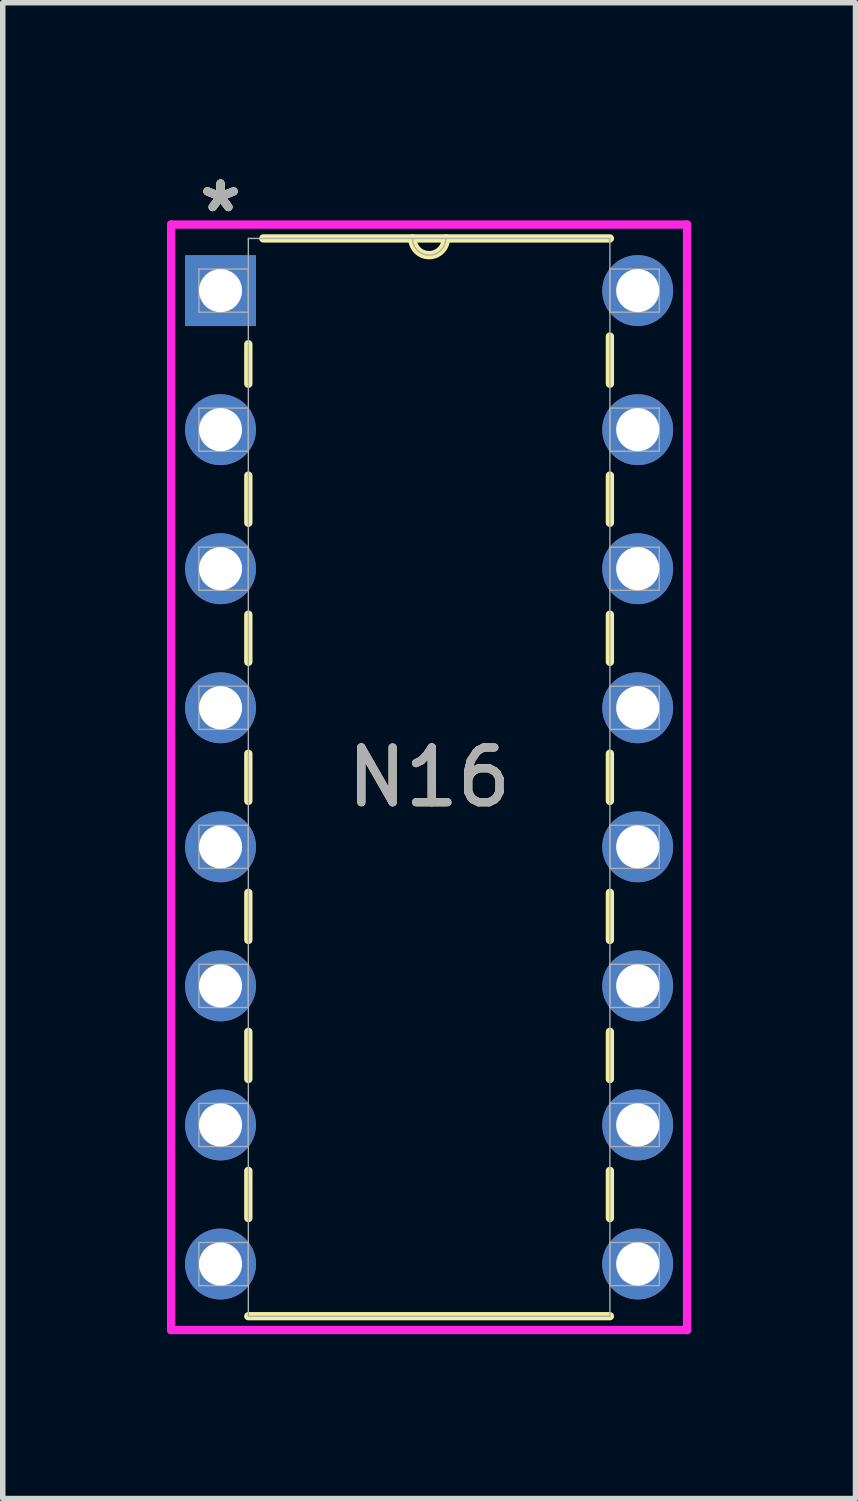
<source format=kicad_pcb>
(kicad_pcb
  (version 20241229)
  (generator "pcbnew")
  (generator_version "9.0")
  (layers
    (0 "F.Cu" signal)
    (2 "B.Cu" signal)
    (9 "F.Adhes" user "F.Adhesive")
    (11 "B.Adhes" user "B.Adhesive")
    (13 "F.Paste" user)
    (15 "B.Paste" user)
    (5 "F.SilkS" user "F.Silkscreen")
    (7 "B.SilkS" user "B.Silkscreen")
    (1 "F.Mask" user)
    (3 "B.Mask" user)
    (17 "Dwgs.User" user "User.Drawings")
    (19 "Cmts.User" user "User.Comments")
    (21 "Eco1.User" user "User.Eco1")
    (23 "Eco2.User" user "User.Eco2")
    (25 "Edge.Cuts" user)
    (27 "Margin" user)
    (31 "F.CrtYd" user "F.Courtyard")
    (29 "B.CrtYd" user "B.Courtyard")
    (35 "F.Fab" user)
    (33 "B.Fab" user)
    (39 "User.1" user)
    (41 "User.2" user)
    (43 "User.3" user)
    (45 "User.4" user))
  (footprint "N16"
    (layer "F.Cu")
    (at 8.598 20.038)
    (property "Reference" "N16" (at -3.81 -8.89 0) (unlocked yes) (layer "F.SilkS") (effects (font (size 1 1) (thickness 0.15))))
    (attr through_hole)
    (fp_line (start -7.112 -16.8) (end -7.112 -16.079) (stroke (width 0.152) (type solid)) (layer "F.SilkS"))
    (fp_line (start -7.112 -14.401) (end -7.112 -13.539) (stroke (width 0.152) (type solid)) (layer "F.SilkS"))
    (fp_line (start -7.112 -11.861) (end -7.112 -10.999) (stroke (width 0.152) (type solid)) (layer "F.SilkS"))
    (fp_line (start -7.112 -9.321) (end -7.112 -8.459) (stroke (width 0.152) (type solid)) (layer "F.SilkS"))
    (fp_line (start -7.112 -6.781) (end -7.112 -5.919) (stroke (width 0.152) (type solid)) (layer "F.SilkS"))
    (fp_line (start -7.112 -4.241) (end -7.112 -3.379) (stroke (width 0.152) (type solid)) (layer "F.SilkS"))
    (fp_line (start -7.112 -1.701) (end -7.112 -0.839) (stroke (width 0.152) (type solid)) (layer "F.SilkS"))
    (fp_line (start -7.112 0.953) (end -0.508 0.953) (stroke (width 0.152) (type solid)) (layer "F.SilkS"))
    (fp_line (start -0.508 -18.733) (end -6.839 -18.733) (stroke (width 0.152) (type solid)) (layer "F.SilkS"))
    (fp_line (start -0.508 -16.079) (end -0.508 -16.941) (stroke (width 0.152) (type solid)) (layer "F.SilkS"))
    (fp_line (start -0.508 -13.539) (end -0.508 -14.401) (stroke (width 0.152) (type solid)) (layer "F.SilkS"))
    (fp_line (start -0.508 -10.999) (end -0.508 -11.861) (stroke (width 0.152) (type solid)) (layer "F.SilkS"))
    (fp_line (start -0.508 -8.459) (end -0.508 -9.321) (stroke (width 0.152) (type solid)) (layer "F.SilkS"))
    (fp_line (start -0.508 -5.919) (end -0.508 -6.781) (stroke (width 0.152) (type solid)) (layer "F.SilkS"))
    (fp_line (start -0.508 -3.379) (end -0.508 -4.241) (stroke (width 0.152) (type solid)) (layer "F.SilkS"))
    (fp_line (start -0.508 -0.839) (end -0.508 -1.701) (stroke (width 0.152) (type solid)) (layer "F.SilkS"))
    (fp_arc (start -3.5052 -18.7325) (mid -3.81 -18.4277) (end -4.1148 -18.7325) (stroke (width 0.1524) (type solid)) (layer "F.SilkS"))
    (fp_line (start -8.522 -18.986) (end -8.522 1.206) (stroke (width 0.152) (type solid)) (layer "F.CrtYd"))
    (fp_line (start -8.522 1.206) (end 0.902 1.206) (stroke (width 0.152) (type solid)) (layer "F.CrtYd"))
    (fp_line (start 0.902 -18.986) (end -8.522 -18.986) (stroke (width 0.152) (type solid)) (layer "F.CrtYd"))
    (fp_line (start 0.902 1.206) (end 0.902 -18.986) (stroke (width 0.152) (type solid)) (layer "F.CrtYd"))
    (fp_line (start -8.014 -18.174) (end -8.014 -17.386) (stroke (width 0.025) (type solid)) (layer "F.Fab"))
    (fp_line (start -8.014 -17.386) (end -7.112 -17.386) (stroke (width 0.025) (type solid)) (layer "F.Fab"))
    (fp_line (start -8.014 -15.634) (end -8.014 -14.846) (stroke (width 0.025) (type solid)) (layer "F.Fab"))
    (fp_line (start -8.014 -14.846) (end -7.112 -14.846) (stroke (width 0.025) (type solid)) (layer "F.Fab"))
    (fp_line (start -8.014 -13.094) (end -8.014 -12.306) (stroke (width 0.025) (type solid)) (layer "F.Fab"))
    (fp_line (start -8.014 -12.306) (end -7.112 -12.306) (stroke (width 0.025) (type solid)) (layer "F.Fab"))
    (fp_line (start -8.014 -10.554) (end -8.014 -9.766) (stroke (width 0.025) (type solid)) (layer "F.Fab"))
    (fp_line (start -8.014 -9.766) (end -7.112 -9.766) (stroke (width 0.025) (type solid)) (layer "F.Fab"))
    (fp_line (start -8.014 -8.014) (end -8.014 -7.226) (stroke (width 0.025) (type solid)) (layer "F.Fab"))
    (fp_line (start -8.014 -7.226) (end -7.112 -7.226) (stroke (width 0.025) (type solid)) (layer "F.Fab"))
    (fp_line (start -8.014 -5.474) (end -8.014 -4.686) (stroke (width 0.025) (type solid)) (layer "F.Fab"))
    (fp_line (start -8.014 -4.686) (end -7.112 -4.686) (stroke (width 0.025) (type solid)) (layer "F.Fab"))
    (fp_line (start -8.014 -2.934) (end -8.014 -2.146) (stroke (width 0.025) (type solid)) (layer "F.Fab"))
    (fp_line (start -8.014 -2.146) (end -7.112 -2.146) (stroke (width 0.025) (type solid)) (layer "F.Fab"))
    (fp_line (start -8.014 -0.394) (end -8.014 0.394) (stroke (width 0.025) (type solid)) (layer "F.Fab"))
    (fp_line (start -8.014 0.394) (end -7.112 0.394) (stroke (width 0.025) (type solid)) (layer "F.Fab"))
    (fp_line (start -7.112 -18.733) (end -7.112 0.953) (stroke (width 0.025) (type solid)) (layer "F.Fab"))
    (fp_line (start -7.112 -18.174) (end -8.014 -18.174) (stroke (width 0.025) (type solid)) (layer "F.Fab"))
    (fp_line (start -7.112 -17.386) (end -7.112 -18.174) (stroke (width 0.025) (type solid)) (layer "F.Fab"))
    (fp_line (start -7.112 -15.634) (end -8.014 -15.634) (stroke (width 0.025) (type solid)) (layer "F.Fab"))
    (fp_line (start -7.112 -14.846) (end -7.112 -15.634) (stroke (width 0.025) (type solid)) (layer "F.Fab"))
    (fp_line (start -7.112 -13.094) (end -8.014 -13.094) (stroke (width 0.025) (type solid)) (layer "F.Fab"))
    (fp_line (start -7.112 -12.306) (end -7.112 -13.094) (stroke (width 0.025) (type solid)) (layer "F.Fab"))
    (fp_line (start -7.112 -10.554) (end -8.014 -10.554) (stroke (width 0.025) (type solid)) (layer "F.Fab"))
    (fp_line (start -7.112 -9.766) (end -7.112 -10.554) (stroke (width 0.025) (type solid)) (layer "F.Fab"))
    (fp_line (start -7.112 -8.014) (end -8.014 -8.014) (stroke (width 0.025) (type solid)) (layer "F.Fab"))
    (fp_line (start -7.112 -7.226) (end -7.112 -8.014) (stroke (width 0.025) (type solid)) (layer "F.Fab"))
    (fp_line (start -7.112 -5.474) (end -8.014 -5.474) (stroke (width 0.025) (type solid)) (layer "F.Fab"))
    (fp_line (start -7.112 -4.686) (end -7.112 -5.474) (stroke (width 0.025) (type solid)) (layer "F.Fab"))
    (fp_line (start -7.112 -2.934) (end -8.014 -2.934) (stroke (width 0.025) (type solid)) (layer "F.Fab"))
    (fp_line (start -7.112 -2.146) (end -7.112 -2.934) (stroke (width 0.025) (type solid)) (layer "F.Fab"))
    (fp_line (start -7.112 -0.394) (end -8.014 -0.394) (stroke (width 0.025) (type solid)) (layer "F.Fab"))
    (fp_line (start -7.112 0.394) (end -7.112 -0.394) (stroke (width 0.025) (type solid)) (layer "F.Fab"))
    (fp_line (start -7.112 0.953) (end -0.508 0.953) (stroke (width 0.025) (type solid)) (layer "F.Fab"))
    (fp_line (start -0.508 -18.733) (end -7.112 -18.733) (stroke (width 0.025) (type solid)) (layer "F.Fab"))
    (fp_line (start -0.508 -18.174) (end -0.508 -17.386) (stroke (width 0.025) (type solid)) (layer "F.Fab"))
    (fp_line (start -0.508 -17.386) (end 0.394 -17.386) (stroke (width 0.025) (type solid)) (layer "F.Fab"))
    (fp_line (start -0.508 -15.634) (end -0.508 -14.846) (stroke (width 0.025) (type solid)) (layer "F.Fab"))
    (fp_line (start -0.508 -14.846) (end 0.394 -14.846) (stroke (width 0.025) (type solid)) (layer "F.Fab"))
    (fp_line (start -0.508 -13.094) (end -0.508 -12.306) (stroke (width 0.025) (type solid)) (layer "F.Fab"))
    (fp_line (start -0.508 -12.306) (end 0.394 -12.306) (stroke (width 0.025) (type solid)) (layer "F.Fab"))
    (fp_line (start -0.508 -10.554) (end -0.508 -9.766) (stroke (width 0.025) (type solid)) (layer "F.Fab"))
    (fp_line (start -0.508 -9.766) (end 0.394 -9.766) (stroke (width 0.025) (type solid)) (layer "F.Fab"))
    (fp_line (start -0.508 -8.014) (end -0.508 -7.226) (stroke (width 0.025) (type solid)) (layer "F.Fab"))
    (fp_line (start -0.508 -7.226) (end 0.394 -7.226) (stroke (width 0.025) (type solid)) (layer "F.Fab"))
    (fp_line (start -0.508 -5.474) (end -0.508 -4.686) (stroke (width 0.025) (type solid)) (layer "F.Fab"))
    (fp_line (start -0.508 -4.686) (end 0.394 -4.686) (stroke (width 0.025) (type solid)) (layer "F.Fab"))
    (fp_line (start -0.508 -2.934) (end -0.508 -2.146) (stroke (width 0.025) (type solid)) (layer "F.Fab"))
    (fp_line (start -0.508 -2.146) (end 0.394 -2.146) (stroke (width 0.025) (type solid)) (layer "F.Fab"))
    (fp_line (start -0.508 -0.394) (end -0.508 0.394) (stroke (width 0.025) (type solid)) (layer "F.Fab"))
    (fp_line (start -0.508 0.394) (end 0.394 0.394) (stroke (width 0.025) (type solid)) (layer "F.Fab"))
    (fp_line (start -0.508 0.953) (end -0.508 -18.733) (stroke (width 0.025) (type solid)) (layer "F.Fab"))
    (fp_line (start 0.394 -18.174) (end -0.508 -18.174) (stroke (width 0.025) (type solid)) (layer "F.Fab"))
    (fp_line (start 0.394 -17.386) (end 0.394 -18.174) (stroke (width 0.025) (type solid)) (layer "F.Fab"))
    (fp_line (start 0.394 -15.634) (end -0.508 -15.634) (stroke (width 0.025) (type solid)) (layer "F.Fab"))
    (fp_line (start 0.394 -14.846) (end 0.394 -15.634) (stroke (width 0.025) (type solid)) (layer "F.Fab"))
    (fp_line (start 0.394 -13.094) (end -0.508 -13.094) (stroke (width 0.025) (type solid)) (layer "F.Fab"))
    (fp_line (start 0.394 -12.306) (end 0.394 -13.094) (stroke (width 0.025) (type solid)) (layer "F.Fab"))
    (fp_line (start 0.394 -10.554) (end -0.508 -10.554) (stroke (width 0.025) (type solid)) (layer "F.Fab"))
    (fp_line (start 0.394 -9.766) (end 0.394 -10.554) (stroke (width 0.025) (type solid)) (layer "F.Fab"))
    (fp_line (start 0.394 -8.014) (end -0.508 -8.014) (stroke (width 0.025) (type solid)) (layer "F.Fab"))
    (fp_line (start 0.394 -7.226) (end 0.394 -8.014) (stroke (width 0.025) (type solid)) (layer "F.Fab"))
    (fp_line (start 0.394 -5.474) (end -0.508 -5.474) (stroke (width 0.025) (type solid)) (layer "F.Fab"))
    (fp_line (start 0.394 -4.686) (end 0.394 -5.474) (stroke (width 0.025) (type solid)) (layer "F.Fab"))
    (fp_line (start 0.394 -2.934) (end -0.508 -2.934) (stroke (width 0.025) (type solid)) (layer "F.Fab"))
    (fp_line (start 0.394 -2.146) (end 0.394 -2.934) (stroke (width 0.025) (type solid)) (layer "F.Fab"))
    (fp_line (start 0.394 -0.394) (end -0.508 -0.394) (stroke (width 0.025) (type solid)) (layer "F.Fab"))
    (fp_line (start 0.394 0.394) (end 0.394 -0.394) (stroke (width 0.025) (type solid)) (layer "F.Fab"))
    (fp_arc (start -3.5052 -18.7325) (mid -3.81 -18.4277) (end -4.1148 -18.7325) (stroke (width 0.0254) (type solid)) (layer "F.Fab"))
    (fp_text user "*" (at -7.62 -19.19 0) (unlocked yes) (layer "F.SilkS") (effects (font (size 1 1) (thickness 0.15))))
    (fp_text user "*" (at -7.62 -19.19 0) (layer "F.SilkS") (effects (font (size 1 1) (thickness 0.15))))
    (fp_text user "*" (at -7.62 -19.19 0) (layer "F.Fab") (effects (font (size 1 1) (thickness 0.15))))
    (fp_text user "*" (at -7.62 -19.19 0) (unlocked yes) (layer "F.Fab") (effects (font (size 1 1) (thickness 0.15))))
    (fp_text user "${REFERENCE}" (at -3.81 -8.89 0) (unlocked yes) (layer "F.Fab") (effects (font (size 1 1) (thickness 0.15))))
    (pad "1" thru_hole rect (at -7.62 -17.78) (size 1.295 1.295) (drill 0.787) (layers "*.Cu" "*.Mask"))
    (pad "2" thru_hole circle (at -7.62 -15.24) (size 1.295 1.295) (drill 0.787) (layers "*.Cu" "*.Mask"))
    (pad "3" thru_hole circle (at -7.62 -12.7) (size 1.295 1.295) (drill 0.787) (layers "*.Cu" "*.Mask"))
    (pad "4" thru_hole circle (at -7.62 -10.16) (size 1.295 1.295) (drill 0.787) (layers "*.Cu" "*.Mask"))
    (pad "5" thru_hole circle (at -7.62 -7.62) (size 1.295 1.295) (drill 0.787) (layers "*.Cu" "*.Mask"))
    (pad "6" thru_hole circle (at -7.62 -5.08) (size 1.295 1.295) (drill 0.787) (layers "*.Cu" "*.Mask"))
    (pad "7" thru_hole circle (at -7.62 -2.54) (size 1.295 1.295) (drill 0.787) (layers "*.Cu" "*.Mask"))
    (pad "8" thru_hole circle (at -7.62 0) (size 1.295 1.295) (drill 0.787) (layers "*.Cu" "*.Mask"))
    (pad "9" thru_hole circle (at 0 0) (size 1.295 1.295) (drill 0.787) (layers "*.Cu" "*.Mask"))
    (pad "10" thru_hole circle (at 0 -2.54) (size 1.295 1.295) (drill 0.787) (layers "*.Cu" "*.Mask"))
    (pad "11" thru_hole circle (at 0 -5.08) (size 1.295 1.295) (drill 0.787) (layers "*.Cu" "*.Mask"))
    (pad "12" thru_hole circle (at 0 -7.62) (size 1.295 1.295) (drill 0.787) (layers "*.Cu" "*.Mask"))
    (pad "13" thru_hole circle (at 0 -10.16) (size 1.295 1.295) (drill 0.787) (layers "*.Cu" "*.Mask"))
    (pad "14" thru_hole circle (at 0 -12.7) (size 1.295 1.295) (drill 0.787) (layers "*.Cu" "*.Mask"))
    (pad "15" thru_hole circle (at 0 -15.24) (size 1.295 1.295) (drill 0.787) (layers "*.Cu" "*.Mask"))
    (pad "16" thru_hole circle (at 0 -17.78) (size 1.295 1.295) (drill 0.787) (layers "*.Cu" "*.Mask")))
  (gr_rect
    (start -3 -3)
    (end 12.576 24.321)
    (stroke (width 0.1) (type default))
    (fill no)
    (layer "Edge.Cuts")))
</source>
